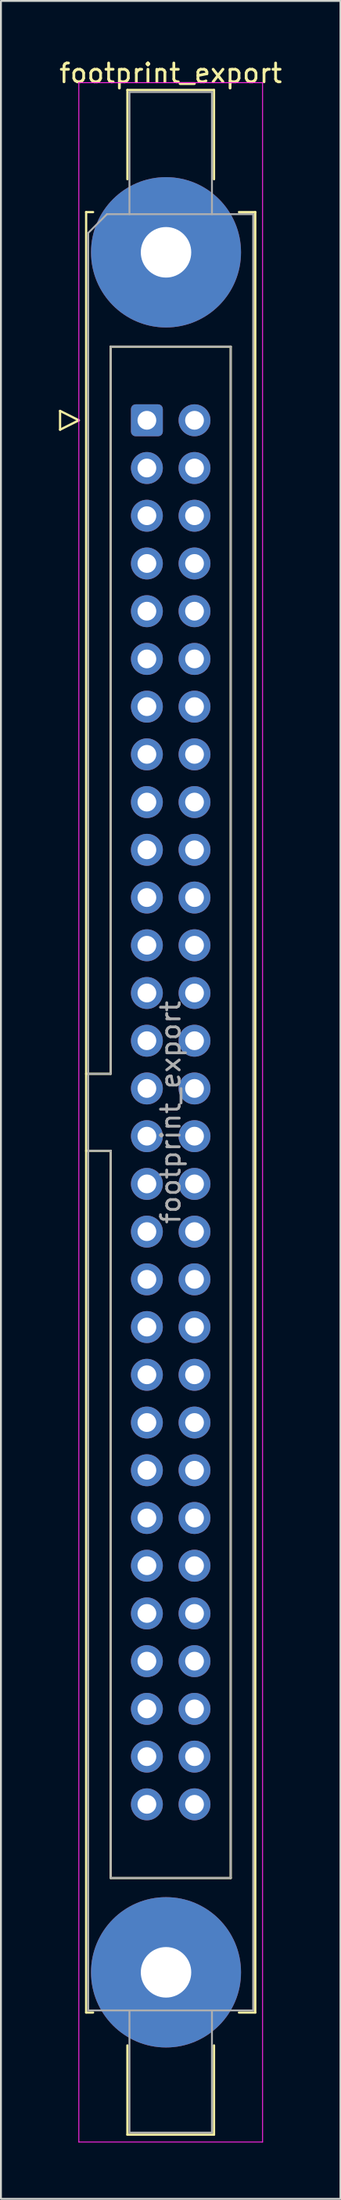
<source format=kicad_pcb>
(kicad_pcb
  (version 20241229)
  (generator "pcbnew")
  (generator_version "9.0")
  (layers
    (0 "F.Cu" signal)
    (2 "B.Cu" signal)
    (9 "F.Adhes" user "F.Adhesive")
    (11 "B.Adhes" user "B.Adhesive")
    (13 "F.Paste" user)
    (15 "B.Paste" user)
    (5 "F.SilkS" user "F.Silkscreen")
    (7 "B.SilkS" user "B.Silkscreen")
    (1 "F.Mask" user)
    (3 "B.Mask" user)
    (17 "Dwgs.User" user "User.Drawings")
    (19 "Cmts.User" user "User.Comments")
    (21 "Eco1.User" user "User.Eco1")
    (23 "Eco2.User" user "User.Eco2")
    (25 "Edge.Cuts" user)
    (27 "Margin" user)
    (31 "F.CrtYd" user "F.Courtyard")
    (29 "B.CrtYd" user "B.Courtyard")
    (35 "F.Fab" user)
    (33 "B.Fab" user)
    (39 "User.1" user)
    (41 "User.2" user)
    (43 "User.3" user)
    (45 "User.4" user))
  (footprint "footprint_export"
    (layer "F.Cu")
    (at 4.784 19.318)
    (property "Reference" "footprint_export" (at 1.27 -18.47 0) (layer "F.SilkS") (effects (font (size 1 1) (thickness 0.15))))
    (attr through_hole)
    (fp_line (start -4.63 -0.5) (end -4.63 0.5) (stroke (width 0.12) (type solid)) (layer "F.SilkS"))
    (fp_line (start -4.63 0.5) (end -3.63 0) (stroke (width 0.12) (type solid)) (layer "F.SilkS"))
    (fp_line (start -3.63 0) (end -4.63 -0.5) (stroke (width 0.12) (type solid)) (layer "F.SilkS"))
    (fp_line (start -3.24 -11.08) (end -3.24 84.74) (stroke (width 0.12) (type solid)) (layer "F.SilkS"))
    (fp_line (start -3.24 34.78) (end -1.93 34.78) (stroke (width 0.12) (type solid)) (layer "F.SilkS"))
    (fp_line (start -3.24 84.74) (end -2.87 84.74) (stroke (width 0.12) (type solid)) (layer "F.SilkS"))
    (fp_line (start -2.87 -11.08) (end -3.24 -11.08) (stroke (width 0.12) (type solid)) (layer "F.SilkS"))
    (fp_line (start -1.93 -3.92) (end 4.47 -3.92) (stroke (width 0.12) (type solid)) (layer "F.SilkS"))
    (fp_line (start -1.93 34.78) (end -1.93 -3.92) (stroke (width 0.12) (type solid)) (layer "F.SilkS"))
    (fp_line (start -1.93 38.88) (end -3.24 38.88) (stroke (width 0.12) (type solid)) (layer "F.SilkS"))
    (fp_line (start -1.93 38.88) (end -1.93 38.88) (stroke (width 0.12) (type solid)) (layer "F.SilkS"))
    (fp_line (start -1.93 77.58) (end -1.93 38.88) (stroke (width 0.12) (type solid)) (layer "F.SilkS"))
    (fp_line (start -1.04 -17.58) (end 3.58 -17.58) (stroke (width 0.12) (type solid)) (layer "F.SilkS"))
    (fp_line (start -1.04 -12.83) (end -1.04 -17.58) (stroke (width 0.12) (type solid)) (layer "F.SilkS"))
    (fp_line (start -1.04 86.49) (end -1.04 91.24) (stroke (width 0.12) (type solid)) (layer "F.SilkS"))
    (fp_line (start -1.04 91.24) (end 3.58 91.24) (stroke (width 0.12) (type solid)) (layer "F.SilkS"))
    (fp_line (start 3.58 -17.58) (end 3.58 -12.83) (stroke (width 0.12) (type solid)) (layer "F.SilkS"))
    (fp_line (start 3.58 91.24) (end 3.58 86.49) (stroke (width 0.12) (type solid)) (layer "F.SilkS"))
    (fp_line (start 4.47 -3.92) (end 4.47 77.58) (stroke (width 0.12) (type solid)) (layer "F.SilkS"))
    (fp_line (start 4.47 77.58) (end -1.93 77.58) (stroke (width 0.12) (type solid)) (layer "F.SilkS"))
    (fp_line (start 4.91 -11.08) (end 5.78 -11.08) (stroke (width 0.12) (type solid)) (layer "F.SilkS"))
    (fp_line (start 5.78 -11.08) (end 5.78 84.74) (stroke (width 0.12) (type solid)) (layer "F.SilkS"))
    (fp_line (start 5.78 84.74) (end 4.91 84.74) (stroke (width 0.12) (type solid)) (layer "F.SilkS"))
    (fp_line (start -3.63 -17.97) (end -3.63 91.63) (stroke (width 0.05) (type solid)) (layer "F.CrtYd"))
    (fp_line (start -3.63 91.63) (end 6.17 91.63) (stroke (width 0.05) (type solid)) (layer "F.CrtYd"))
    (fp_line (start 6.17 -17.97) (end -3.63 -17.97) (stroke (width 0.05) (type solid)) (layer "F.CrtYd"))
    (fp_line (start 6.17 91.63) (end 6.17 -17.97) (stroke (width 0.05) (type solid)) (layer "F.CrtYd"))
    (fp_line (start -3.13 -9.97) (end -2.13 -10.97) (stroke (width 0.1) (type solid)) (layer "F.Fab"))
    (fp_line (start -3.13 34.78) (end -1.93 34.78) (stroke (width 0.1) (type solid)) (layer "F.Fab"))
    (fp_line (start -3.13 84.63) (end -3.13 -9.97) (stroke (width 0.1) (type solid)) (layer "F.Fab"))
    (fp_line (start -2.13 -10.97) (end 5.67 -10.97) (stroke (width 0.1) (type solid)) (layer "F.Fab"))
    (fp_line (start -1.93 -3.92) (end 4.47 -3.92) (stroke (width 0.1) (type solid)) (layer "F.Fab"))
    (fp_line (start -1.93 34.78) (end -1.93 -3.92) (stroke (width 0.1) (type solid)) (layer "F.Fab"))
    (fp_line (start -1.93 38.88) (end -3.13 38.88) (stroke (width 0.1) (type solid)) (layer "F.Fab"))
    (fp_line (start -1.93 38.88) (end -1.93 38.88) (stroke (width 0.1) (type solid)) (layer "F.Fab"))
    (fp_line (start -1.93 77.58) (end -1.93 38.88) (stroke (width 0.1) (type solid)) (layer "F.Fab"))
    (fp_line (start -0.93 -17.47) (end 3.47 -17.47) (stroke (width 0.1) (type solid)) (layer "F.Fab"))
    (fp_line (start -0.93 -10.97) (end -0.93 -17.47) (stroke (width 0.1) (type solid)) (layer "F.Fab"))
    (fp_line (start -0.93 84.63) (end -0.93 91.13) (stroke (width 0.1) (type solid)) (layer "F.Fab"))
    (fp_line (start -0.93 91.13) (end 3.47 91.13) (stroke (width 0.1) (type solid)) (layer "F.Fab"))
    (fp_line (start 3.47 -17.47) (end 3.47 -10.97) (stroke (width 0.1) (type solid)) (layer "F.Fab"))
    (fp_line (start 3.47 91.13) (end 3.47 84.63) (stroke (width 0.1) (type solid)) (layer "F.Fab"))
    (fp_line (start 4.47 -3.92) (end 4.47 77.58) (stroke (width 0.1) (type solid)) (layer "F.Fab"))
    (fp_line (start 4.47 77.58) (end -1.93 77.58) (stroke (width 0.1) (type solid)) (layer "F.Fab"))
    (fp_line (start 5.67 -10.97) (end 5.67 84.63) (stroke (width 0.1) (type solid)) (layer "F.Fab"))
    (fp_line (start 5.67 84.63) (end -3.13 84.63) (stroke (width 0.1) (type solid)) (layer "F.Fab"))
    (fp_text user "${REFERENCE}" (at 1.27 36.83 90) (layer "F.Fab") (effects (font (size 1 1) (thickness 0.15))))
    (pad "1" thru_hole roundrect (at 0 0) (size 1.7 1.7) (drill 1) (layers "*.Cu" "*.Mask") (roundrect_rratio 0.147))
    (pad "2" thru_hole circle (at 2.54 0) (size 1.7 1.7) (drill 1) (layers "*.Cu" "*.Mask"))
    (pad "3" thru_hole circle (at 0 2.54) (size 1.7 1.7) (drill 1) (layers "*.Cu" "*.Mask"))
    (pad "4" thru_hole circle (at 2.54 2.54) (size 1.7 1.7) (drill 1) (layers "*.Cu" "*.Mask"))
    (pad "5" thru_hole circle (at 0 5.08) (size 1.7 1.7) (drill 1) (layers "*.Cu" "*.Mask"))
    (pad "6" thru_hole circle (at 2.54 5.08) (size 1.7 1.7) (drill 1) (layers "*.Cu" "*.Mask"))
    (pad "7" thru_hole circle (at 0 7.62) (size 1.7 1.7) (drill 1) (layers "*.Cu" "*.Mask"))
    (pad "8" thru_hole circle (at 2.54 7.62) (size 1.7 1.7) (drill 1) (layers "*.Cu" "*.Mask"))
    (pad "9" thru_hole circle (at 0 10.16) (size 1.7 1.7) (drill 1) (layers "*.Cu" "*.Mask"))
    (pad "10" thru_hole circle (at 2.54 10.16) (size 1.7 1.7) (drill 1) (layers "*.Cu" "*.Mask"))
    (pad "11" thru_hole circle (at 0 12.7) (size 1.7 1.7) (drill 1) (layers "*.Cu" "*.Mask"))
    (pad "12" thru_hole circle (at 2.54 12.7) (size 1.7 1.7) (drill 1) (layers "*.Cu" "*.Mask"))
    (pad "13" thru_hole circle (at 0 15.24) (size 1.7 1.7) (drill 1) (layers "*.Cu" "*.Mask"))
    (pad "14" thru_hole circle (at 2.54 15.24) (size 1.7 1.7) (drill 1) (layers "*.Cu" "*.Mask"))
    (pad "15" thru_hole circle (at 0 17.78) (size 1.7 1.7) (drill 1) (layers "*.Cu" "*.Mask"))
    (pad "16" thru_hole circle (at 2.54 17.78) (size 1.7 1.7) (drill 1) (layers "*.Cu" "*.Mask"))
    (pad "17" thru_hole circle (at 0 20.32) (size 1.7 1.7) (drill 1) (layers "*.Cu" "*.Mask"))
    (pad "18" thru_hole circle (at 2.54 20.32) (size 1.7 1.7) (drill 1) (layers "*.Cu" "*.Mask"))
    (pad "19" thru_hole circle (at 0 22.86) (size 1.7 1.7) (drill 1) (layers "*.Cu" "*.Mask"))
    (pad "20" thru_hole circle (at 2.54 22.86) (size 1.7 1.7) (drill 1) (layers "*.Cu" "*.Mask"))
    (pad "21" thru_hole circle (at 0 25.4) (size 1.7 1.7) (drill 1) (layers "*.Cu" "*.Mask"))
    (pad "22" thru_hole circle (at 2.54 25.4) (size 1.7 1.7) (drill 1) (layers "*.Cu" "*.Mask"))
    (pad "23" thru_hole circle (at 0 27.94) (size 1.7 1.7) (drill 1) (layers "*.Cu" "*.Mask"))
    (pad "24" thru_hole circle (at 2.54 27.94) (size 1.7 1.7) (drill 1) (layers "*.Cu" "*.Mask"))
    (pad "25" thru_hole circle (at 0 30.48) (size 1.7 1.7) (drill 1) (layers "*.Cu" "*.Mask"))
    (pad "26" thru_hole circle (at 2.54 30.48) (size 1.7 1.7) (drill 1) (layers "*.Cu" "*.Mask"))
    (pad "27" thru_hole circle (at 0 33.02) (size 1.7 1.7) (drill 1) (layers "*.Cu" "*.Mask"))
    (pad "28" thru_hole circle (at 2.54 33.02) (size 1.7 1.7) (drill 1) (layers "*.Cu" "*.Mask"))
    (pad "29" thru_hole circle (at 0 35.56) (size 1.7 1.7) (drill 1) (layers "*.Cu" "*.Mask"))
    (pad "30" thru_hole circle (at 2.54 35.56) (size 1.7 1.7) (drill 1) (layers "*.Cu" "*.Mask"))
    (pad "31" thru_hole circle (at 0 38.1) (size 1.7 1.7) (drill 1) (layers "*.Cu" "*.Mask"))
    (pad "32" thru_hole circle (at 2.54 38.1) (size 1.7 1.7) (drill 1) (layers "*.Cu" "*.Mask"))
    (pad "33" thru_hole circle (at 0 40.64) (size 1.7 1.7) (drill 1) (layers "*.Cu" "*.Mask"))
    (pad "34" thru_hole circle (at 2.54 40.64) (size 1.7 1.7) (drill 1) (layers "*.Cu" "*.Mask"))
    (pad "35" thru_hole circle (at 0 43.18) (size 1.7 1.7) (drill 1) (layers "*.Cu" "*.Mask"))
    (pad "36" thru_hole circle (at 2.54 43.18) (size 1.7 1.7) (drill 1) (layers "*.Cu" "*.Mask"))
    (pad "37" thru_hole circle (at 0 45.72) (size 1.7 1.7) (drill 1) (layers "*.Cu" "*.Mask"))
    (pad "38" thru_hole circle (at 2.54 45.72) (size 1.7 1.7) (drill 1) (layers "*.Cu" "*.Mask"))
    (pad "39" thru_hole circle (at 0 48.26) (size 1.7 1.7) (drill 1) (layers "*.Cu" "*.Mask"))
    (pad "40" thru_hole circle (at 2.54 48.26) (size 1.7 1.7) (drill 1) (layers "*.Cu" "*.Mask"))
    (pad "41" thru_hole circle (at 0 50.8) (size 1.7 1.7) (drill 1) (layers "*.Cu" "*.Mask"))
    (pad "42" thru_hole circle (at 2.54 50.8) (size 1.7 1.7) (drill 1) (layers "*.Cu" "*.Mask"))
    (pad "43" thru_hole circle (at 0 53.34) (size 1.7 1.7) (drill 1) (layers "*.Cu" "*.Mask"))
    (pad "44" thru_hole circle (at 2.54 53.34) (size 1.7 1.7) (drill 1) (layers "*.Cu" "*.Mask"))
    (pad "45" thru_hole circle (at 0 55.88) (size 1.7 1.7) (drill 1) (layers "*.Cu" "*.Mask"))
    (pad "46" thru_hole circle (at 2.54 55.88) (size 1.7 1.7) (drill 1) (layers "*.Cu" "*.Mask"))
    (pad "47" thru_hole circle (at 0 58.42) (size 1.7 1.7) (drill 1) (layers "*.Cu" "*.Mask"))
    (pad "48" thru_hole circle (at 2.54 58.42) (size 1.7 1.7) (drill 1) (layers "*.Cu" "*.Mask"))
    (pad "49" thru_hole circle (at 0 60.96) (size 1.7 1.7) (drill 1) (layers "*.Cu" "*.Mask"))
    (pad "50" thru_hole circle (at 2.54 60.96) (size 1.7 1.7) (drill 1) (layers "*.Cu" "*.Mask"))
    (pad "51" thru_hole circle (at 0 63.5) (size 1.7 1.7) (drill 1) (layers "*.Cu" "*.Mask"))
    (pad "52" thru_hole circle (at 2.54 63.5) (size 1.7 1.7) (drill 1) (layers "*.Cu" "*.Mask"))
    (pad "53" thru_hole circle (at 0 66.04) (size 1.7 1.7) (drill 1) (layers "*.Cu" "*.Mask"))
    (pad "54" thru_hole circle (at 2.54 66.04) (size 1.7 1.7) (drill 1) (layers "*.Cu" "*.Mask"))
    (pad "55" thru_hole circle (at 0 68.58) (size 1.7 1.7) (drill 1) (layers "*.Cu" "*.Mask"))
    (pad "56" thru_hole circle (at 2.54 68.58) (size 1.7 1.7) (drill 1) (layers "*.Cu" "*.Mask"))
    (pad "57" thru_hole circle (at 0 71.12) (size 1.7 1.7) (drill 1) (layers "*.Cu" "*.Mask"))
    (pad "58" thru_hole circle (at 2.54 71.12) (size 1.7 1.7) (drill 1) (layers "*.Cu" "*.Mask"))
    (pad "59" thru_hole circle (at 0 73.66) (size 1.7 1.7) (drill 1) (layers "*.Cu" "*.Mask"))
    (pad "60" thru_hole circle (at 2.54 73.66) (size 1.7 1.7) (drill 1) (layers "*.Cu" "*.Mask"))
    (pad "MP" thru_hole circle (at 1.02 -8.94) (size 8 8) (drill 2.69) (layers "*.Cu" "*.Mask"))
    (pad "MP" thru_hole circle (at 1.02 82.6) (size 8 8) (drill 2.69) (layers "*.Cu" "*.Mask")))
  (gr_rect
    (start -3 -3)
    (end 15.107 113.973)
    (stroke (width 0.1) (type default))
    (fill no)
    (layer "Edge.Cuts")))
</source>
